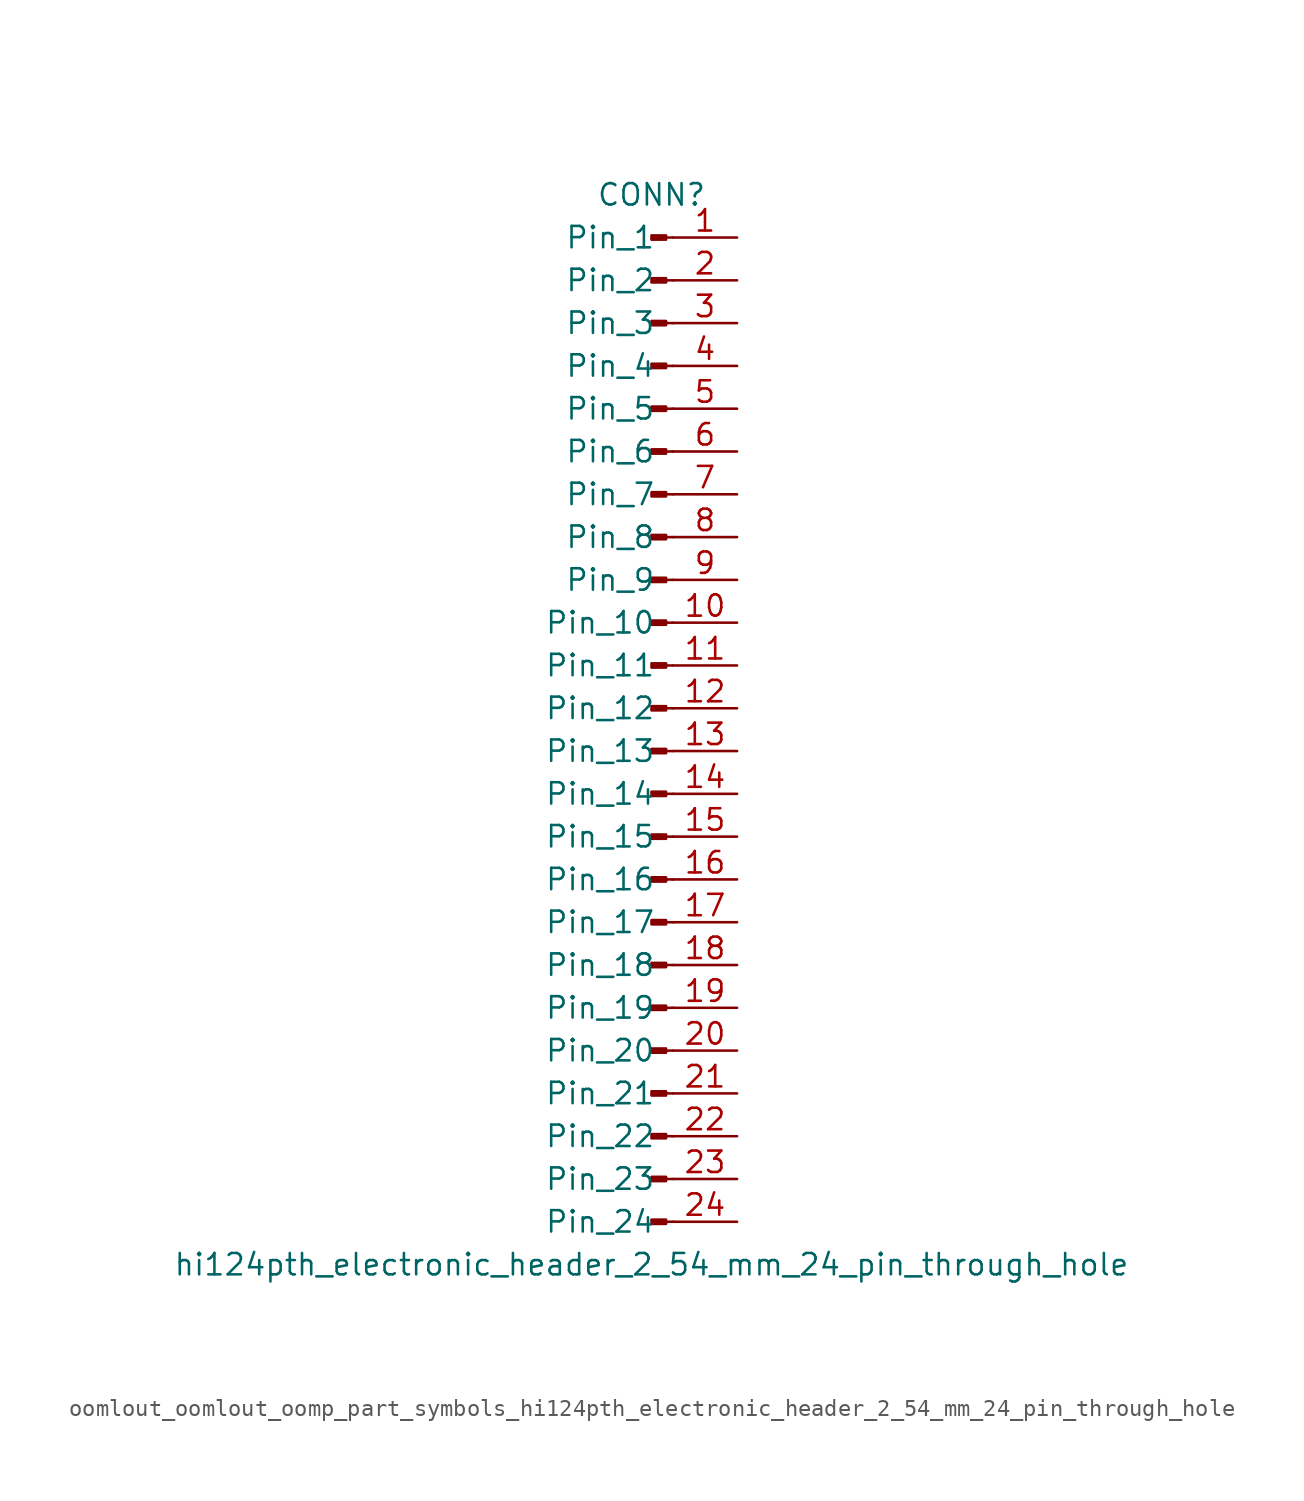
<source format=kicad_sym>
(kicad_symbol_lib
  (version 20220914)
  (generator kicad_symbol_editor)
  (symbol "oomlout_oomlout_oomp_part_symbols_hi124pth_electronic_header_2_54_mm_24_pin_through_hole"
    (pin_names
      (offset 1.016))
    (property "Reference" "CONN"
      (at 0 30.48 0)
      (effects (font (size 1.27 1.27))))
    (property "Value" "hi124pth_electronic_header_2_54_mm_24_pin_through_hole"
      (at 0 -33.02 0)
      (effects (font (size 1.27 1.27))))
    (property "ki_locked" ""
      (at 0 0 0)
      (effects (font (size 1.27 1.27))))
    (symbol "oomlout_oomlout_oomp_part_symbols_hi124pth_electronic_header_2_54_mm_24_pin_through_hole_1_1"
      (polyline (pts (xy 1.27 -30.48) (xy 0.864 -30.48)) (stroke (width 0.152) (type default)) (fill (type none)))
      (polyline (pts (xy 1.27 -27.94) (xy 0.864 -27.94)) (stroke (width 0.152) (type default)) (fill (type none)))
      (polyline (pts (xy 1.27 -25.4) (xy 0.864 -25.4)) (stroke (width 0.152) (type default)) (fill (type none)))
      (polyline (pts (xy 1.27 -22.86) (xy 0.864 -22.86)) (stroke (width 0.152) (type default)) (fill (type none)))
      (polyline (pts (xy 1.27 -20.32) (xy 0.864 -20.32)) (stroke (width 0.152) (type default)) (fill (type none)))
      (polyline (pts (xy 1.27 -17.78) (xy 0.864 -17.78)) (stroke (width 0.152) (type default)) (fill (type none)))
      (polyline (pts (xy 1.27 -15.24) (xy 0.864 -15.24)) (stroke (width 0.152) (type default)) (fill (type none)))
      (polyline (pts (xy 1.27 -12.7) (xy 0.864 -12.7)) (stroke (width 0.152) (type default)) (fill (type none)))
      (polyline (pts (xy 1.27 -10.16) (xy 0.864 -10.16)) (stroke (width 0.152) (type default)) (fill (type none)))
      (polyline (pts (xy 1.27 -7.62) (xy 0.864 -7.62)) (stroke (width 0.152) (type default)) (fill (type none)))
      (polyline (pts (xy 1.27 -5.08) (xy 0.864 -5.08)) (stroke (width 0.152) (type default)) (fill (type none)))
      (polyline (pts (xy 1.27 -2.54) (xy 0.864 -2.54)) (stroke (width 0.152) (type default)) (fill (type none)))
      (polyline (pts (xy 1.27 0) (xy 0.864 0)) (stroke (width 0.152) (type default)) (fill (type none)))
      (polyline (pts (xy 1.27 2.54) (xy 0.864 2.54)) (stroke (width 0.152) (type default)) (fill (type none)))
      (polyline (pts (xy 1.27 5.08) (xy 0.864 5.08)) (stroke (width 0.152) (type default)) (fill (type none)))
      (polyline (pts (xy 1.27 7.62) (xy 0.864 7.62)) (stroke (width 0.152) (type default)) (fill (type none)))
      (polyline (pts (xy 1.27 10.16) (xy 0.864 10.16)) (stroke (width 0.152) (type default)) (fill (type none)))
      (polyline (pts (xy 1.27 12.7) (xy 0.864 12.7)) (stroke (width 0.152) (type default)) (fill (type none)))
      (polyline (pts (xy 1.27 15.24) (xy 0.864 15.24)) (stroke (width 0.152) (type default)) (fill (type none)))
      (polyline (pts (xy 1.27 17.78) (xy 0.864 17.78)) (stroke (width 0.152) (type default)) (fill (type none)))
      (polyline (pts (xy 1.27 20.32) (xy 0.864 20.32)) (stroke (width 0.152) (type default)) (fill (type none)))
      (polyline (pts (xy 1.27 22.86) (xy 0.864 22.86)) (stroke (width 0.152) (type default)) (fill (type none)))
      (polyline (pts (xy 1.27 25.4) (xy 0.864 25.4)) (stroke (width 0.152) (type default)) (fill (type none)))
      (polyline (pts (xy 1.27 27.94) (xy 0.864 27.94)) (stroke (width 0.152) (type default)) (fill (type none)))
      (rectangle (start 0.864 -30.353) (end 0 -30.607) (stroke (width 0.152) (type default)) (fill (type outline)))
      (rectangle (start 0.864 -27.813) (end 0 -28.067) (stroke (width 0.152) (type default)) (fill (type outline)))
      (rectangle (start 0.864 -25.273) (end 0 -25.527) (stroke (width 0.152) (type default)) (fill (type outline)))
      (rectangle (start 0.864 -22.733) (end 0 -22.987) (stroke (width 0.152) (type default)) (fill (type outline)))
      (rectangle (start 0.864 -20.193) (end 0 -20.447) (stroke (width 0.152) (type default)) (fill (type outline)))
      (rectangle (start 0.864 -17.653) (end 0 -17.907) (stroke (width 0.152) (type default)) (fill (type outline)))
      (rectangle (start 0.864 -15.113) (end 0 -15.367) (stroke (width 0.152) (type default)) (fill (type outline)))
      (rectangle (start 0.864 -12.573) (end 0 -12.827) (stroke (width 0.152) (type default)) (fill (type outline)))
      (rectangle (start 0.864 -10.033) (end 0 -10.287) (stroke (width 0.152) (type default)) (fill (type outline)))
      (rectangle (start 0.864 -7.493) (end 0 -7.747) (stroke (width 0.152) (type default)) (fill (type outline)))
      (rectangle (start 0.864 -4.953) (end 0 -5.207) (stroke (width 0.152) (type default)) (fill (type outline)))
      (rectangle (start 0.864 -2.413) (end 0 -2.667) (stroke (width 0.152) (type default)) (fill (type outline)))
      (rectangle (start 0.864 0.127) (end 0 -0.127) (stroke (width 0.152) (type default)) (fill (type outline)))
      (rectangle (start 0.864 2.667) (end 0 2.413) (stroke (width 0.152) (type default)) (fill (type outline)))
      (rectangle (start 0.864 5.207) (end 0 4.953) (stroke (width 0.152) (type default)) (fill (type outline)))
      (rectangle (start 0.864 7.747) (end 0 7.493) (stroke (width 0.152) (type default)) (fill (type outline)))
      (rectangle (start 0.864 10.287) (end 0 10.033) (stroke (width 0.152) (type default)) (fill (type outline)))
      (rectangle (start 0.864 12.827) (end 0 12.573) (stroke (width 0.152) (type default)) (fill (type outline)))
      (rectangle (start 0.864 15.367) (end 0 15.113) (stroke (width 0.152) (type default)) (fill (type outline)))
      (rectangle (start 0.864 17.907) (end 0 17.653) (stroke (width 0.152) (type default)) (fill (type outline)))
      (rectangle (start 0.864 20.447) (end 0 20.193) (stroke (width 0.152) (type default)) (fill (type outline)))
      (rectangle (start 0.864 22.987) (end 0 22.733) (stroke (width 0.152) (type default)) (fill (type outline)))
      (rectangle (start 0.864 25.527) (end 0 25.273) (stroke (width 0.152) (type default)) (fill (type outline)))
      (rectangle (start 0.864 28.067) (end 0 27.813) (stroke (width 0.152) (type default)) (fill (type outline)))
      (pin passive line (at 5.08 27.94 180) (length 3.81) (name "Pin_1" (effects (font (size 1.27 1.27)))) (number "1" (effects (font (size 1.27 1.27)))))
      (pin passive line (at 5.08 5.08 180) (length 3.81) (name "Pin_10" (effects (font (size 1.27 1.27)))) (number "10" (effects (font (size 1.27 1.27)))))
      (pin passive line (at 5.08 2.54 180) (length 3.81) (name "Pin_11" (effects (font (size 1.27 1.27)))) (number "11" (effects (font (size 1.27 1.27)))))
      (pin passive line (at 5.08 0 180) (length 3.81) (name "Pin_12" (effects (font (size 1.27 1.27)))) (number "12" (effects (font (size 1.27 1.27)))))
      (pin passive line (at 5.08 -2.54 180) (length 3.81) (name "Pin_13" (effects (font (size 1.27 1.27)))) (number "13" (effects (font (size 1.27 1.27)))))
      (pin passive line (at 5.08 -5.08 180) (length 3.81) (name "Pin_14" (effects (font (size 1.27 1.27)))) (number "14" (effects (font (size 1.27 1.27)))))
      (pin passive line (at 5.08 -7.62 180) (length 3.81) (name "Pin_15" (effects (font (size 1.27 1.27)))) (number "15" (effects (font (size 1.27 1.27)))))
      (pin passive line (at 5.08 -10.16 180) (length 3.81) (name "Pin_16" (effects (font (size 1.27 1.27)))) (number "16" (effects (font (size 1.27 1.27)))))
      (pin passive line (at 5.08 -12.7 180) (length 3.81) (name "Pin_17" (effects (font (size 1.27 1.27)))) (number "17" (effects (font (size 1.27 1.27)))))
      (pin passive line (at 5.08 -15.24 180) (length 3.81) (name "Pin_18" (effects (font (size 1.27 1.27)))) (number "18" (effects (font (size 1.27 1.27)))))
      (pin passive line (at 5.08 -17.78 180) (length 3.81) (name "Pin_19" (effects (font (size 1.27 1.27)))) (number "19" (effects (font (size 1.27 1.27)))))
      (pin passive line (at 5.08 25.4 180) (length 3.81) (name "Pin_2" (effects (font (size 1.27 1.27)))) (number "2" (effects (font (size 1.27 1.27)))))
      (pin passive line (at 5.08 -20.32 180) (length 3.81) (name "Pin_20" (effects (font (size 1.27 1.27)))) (number "20" (effects (font (size 1.27 1.27)))))
      (pin passive line (at 5.08 -22.86 180) (length 3.81) (name "Pin_21" (effects (font (size 1.27 1.27)))) (number "21" (effects (font (size 1.27 1.27)))))
      (pin passive line (at 5.08 -25.4 180) (length 3.81) (name "Pin_22" (effects (font (size 1.27 1.27)))) (number "22" (effects (font (size 1.27 1.27)))))
      (pin passive line (at 5.08 -27.94 180) (length 3.81) (name "Pin_23" (effects (font (size 1.27 1.27)))) (number "23" (effects (font (size 1.27 1.27)))))
      (pin passive line (at 5.08 -30.48 180) (length 3.81) (name "Pin_24" (effects (font (size 1.27 1.27)))) (number "24" (effects (font (size 1.27 1.27)))))
      (pin passive line (at 5.08 22.86 180) (length 3.81) (name "Pin_3" (effects (font (size 1.27 1.27)))) (number "3" (effects (font (size 1.27 1.27)))))
      (pin passive line (at 5.08 20.32 180) (length 3.81) (name "Pin_4" (effects (font (size 1.27 1.27)))) (number "4" (effects (font (size 1.27 1.27)))))
      (pin passive line (at 5.08 17.78 180) (length 3.81) (name "Pin_5" (effects (font (size 1.27 1.27)))) (number "5" (effects (font (size 1.27 1.27)))))
      (pin passive line (at 5.08 15.24 180) (length 3.81) (name "Pin_6" (effects (font (size 1.27 1.27)))) (number "6" (effects (font (size 1.27 1.27)))))
      (pin passive line (at 5.08 12.7 180) (length 3.81) (name "Pin_7" (effects (font (size 1.27 1.27)))) (number "7" (effects (font (size 1.27 1.27)))))
      (pin passive line (at 5.08 10.16 180) (length 3.81) (name "Pin_8" (effects (font (size 1.27 1.27)))) (number "8" (effects (font (size 1.27 1.27)))))
      (pin passive line (at 5.08 7.62 180) (length 3.81) (name "Pin_9" (effects (font (size 1.27 1.27)))) (number "9" (effects (font (size 1.27 1.27))))))))
</source>
